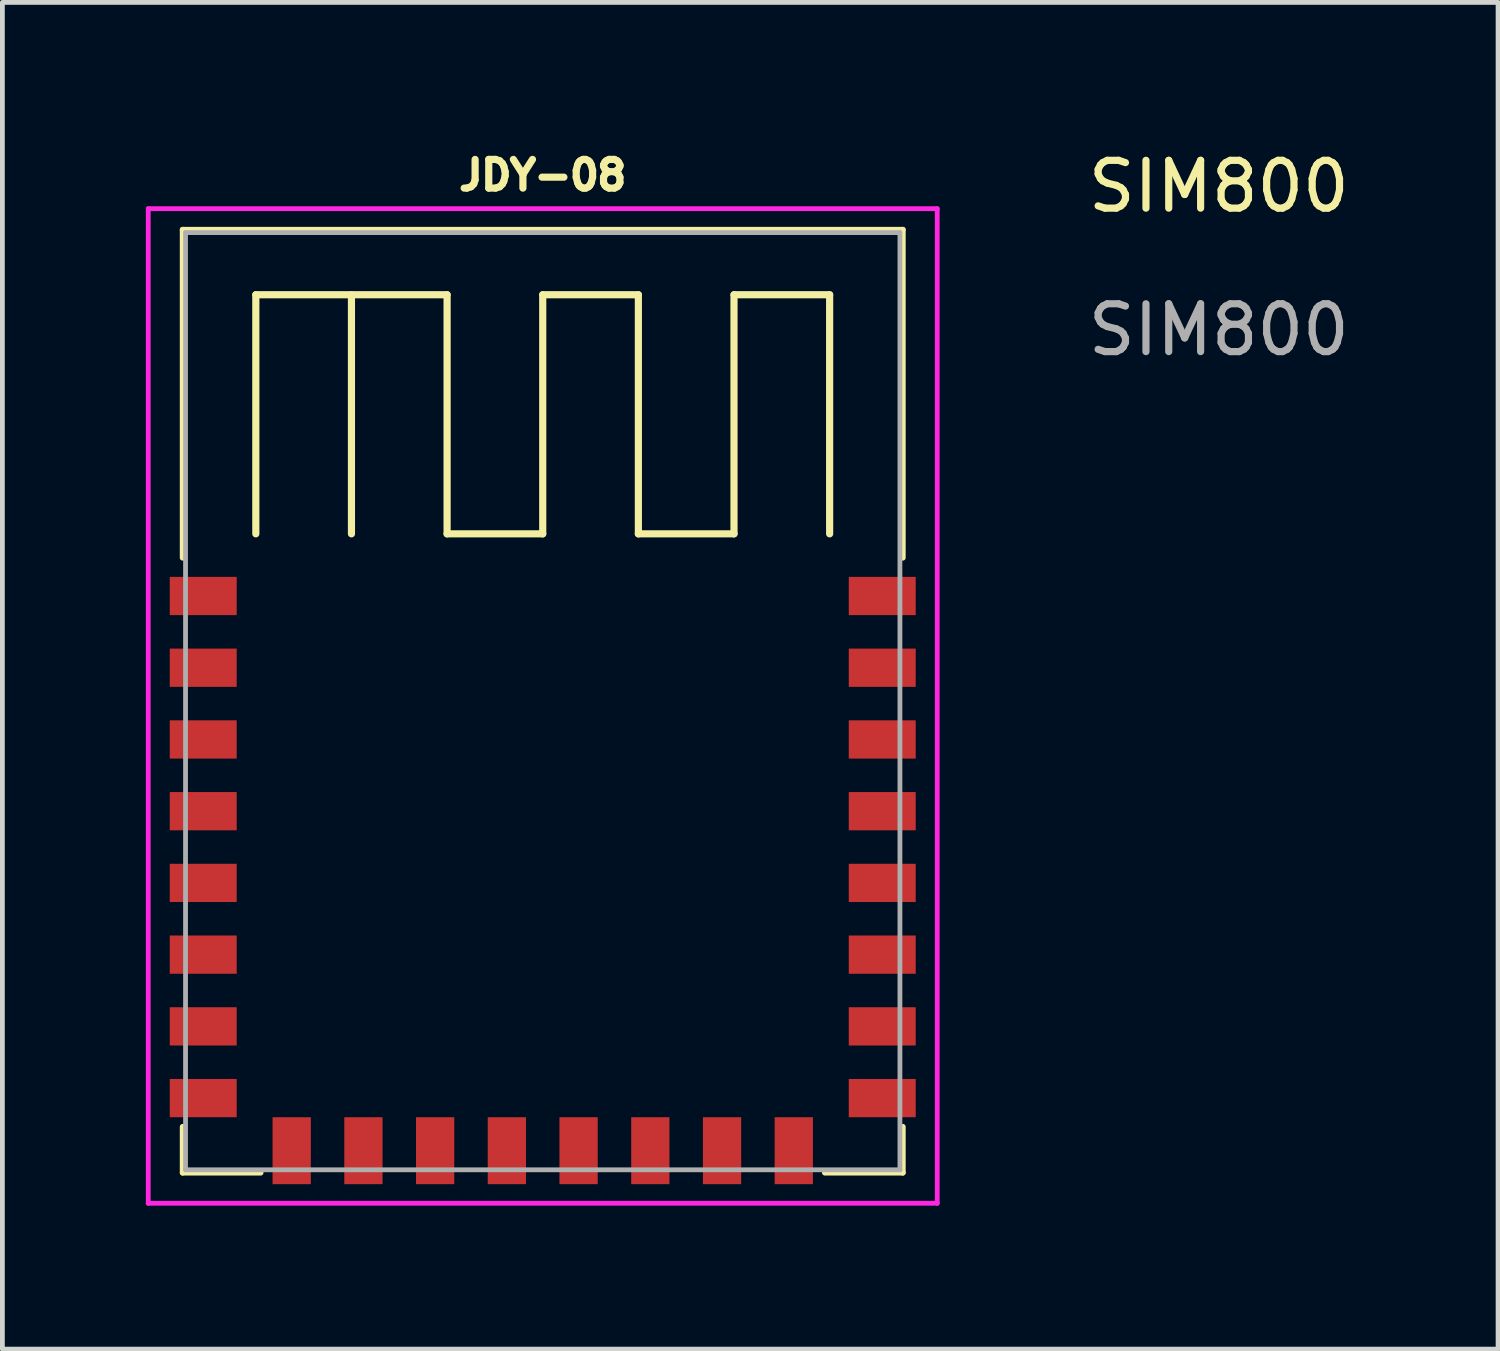
<source format=kicad_pcb>
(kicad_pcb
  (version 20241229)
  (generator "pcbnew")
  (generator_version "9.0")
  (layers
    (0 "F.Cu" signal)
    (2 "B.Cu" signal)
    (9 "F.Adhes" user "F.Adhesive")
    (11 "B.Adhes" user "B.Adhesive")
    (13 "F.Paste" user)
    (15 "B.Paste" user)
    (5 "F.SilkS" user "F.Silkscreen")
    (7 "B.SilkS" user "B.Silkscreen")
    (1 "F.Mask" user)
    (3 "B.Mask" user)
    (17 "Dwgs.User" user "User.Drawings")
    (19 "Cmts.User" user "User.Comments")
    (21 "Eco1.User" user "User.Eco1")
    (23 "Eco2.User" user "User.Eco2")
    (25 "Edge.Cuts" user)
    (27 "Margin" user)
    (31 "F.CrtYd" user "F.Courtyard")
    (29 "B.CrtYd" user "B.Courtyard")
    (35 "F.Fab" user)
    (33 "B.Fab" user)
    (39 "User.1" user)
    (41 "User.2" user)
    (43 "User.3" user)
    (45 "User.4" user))
  (footprint "SIM800"
    (layer "F.Cu")
    (at 22.439 1.348)
    (property "Reference" "SIM800" (at 0 -0.5 0) (unlocked yes) (layer "F.SilkS") (effects (font (size 1 1) (thickness 0.15))))
    (attr smd)
    (fp_text user "${REFERENCE}" (at 0 2.5 0) (unlocked yes) (layer "F.Fab") (effects (font (size 1 1) (thickness 0.15)))))
  (footprint "JDY-08"
    (layer "F.Cu")
    (at 8.3 11.614)
    (property "Reference" "JDY-08" (at 0 -11 0) (layer "F.SilkS") (effects (font (size 0.6 0.6) (thickness 0.15))))
    (attr through_hole)
    (fp_line (start -7.53 -9.86) (end 7.53 -9.86) (stroke (width 0.12) (type solid)) (layer "F.SilkS"))
    (fp_line (start -7.53 -3) (end -7.53 -9.86) (stroke (width 0.12) (type solid)) (layer "F.SilkS"))
    (fp_line (start -7.53 8.9) (end -7.53 9.86) (stroke (width 0.12) (type solid)) (layer "F.SilkS"))
    (fp_line (start -7.53 9.86) (end -5.9 9.86) (stroke (width 0.12) (type solid)) (layer "F.SilkS"))
    (fp_line (start -6 -8.5) (end -6 -3.5) (stroke (width 0.15) (type solid)) (layer "F.SilkS"))
    (fp_line (start -4 -8.5) (end -4 -3.5) (stroke (width 0.15) (type solid)) (layer "F.SilkS"))
    (fp_line (start -2 -8.5) (end -6 -8.5) (stroke (width 0.15) (type solid)) (layer "F.SilkS"))
    (fp_line (start -2 -3.5) (end -2 -8.5) (stroke (width 0.15) (type solid)) (layer "F.SilkS"))
    (fp_line (start 0 -8.5) (end 0 -3.5) (stroke (width 0.15) (type solid)) (layer "F.SilkS"))
    (fp_line (start 0 -3.5) (end -2 -3.5) (stroke (width 0.15) (type solid)) (layer "F.SilkS"))
    (fp_line (start 2 -8.5) (end 0 -8.5) (stroke (width 0.15) (type solid)) (layer "F.SilkS"))
    (fp_line (start 2 -3.5) (end 2 -8.5) (stroke (width 0.15) (type solid)) (layer "F.SilkS"))
    (fp_line (start 4 -8.5) (end 4 -3.5) (stroke (width 0.15) (type solid)) (layer "F.SilkS"))
    (fp_line (start 4 -3.5) (end 2 -3.5) (stroke (width 0.15) (type solid)) (layer "F.SilkS"))
    (fp_line (start 5.9 9.86) (end 7.53 9.86) (stroke (width 0.12) (type solid)) (layer "F.SilkS"))
    (fp_line (start 6 -8.5) (end 4 -8.5) (stroke (width 0.15) (type solid)) (layer "F.SilkS"))
    (fp_line (start 6 -3.5) (end 6 -8.5) (stroke (width 0.15) (type solid)) (layer "F.SilkS"))
    (fp_line (start 7.53 -9.86) (end 7.53 -3) (stroke (width 0.12) (type solid)) (layer "F.SilkS"))
    (fp_line (start 7.53 9.86) (end 7.53 8.9) (stroke (width 0.12) (type solid)) (layer "F.SilkS"))
    (fp_line (start -8.25 -10.3) (end -8.25 10.5) (stroke (width 0.1) (type solid)) (layer "F.CrtYd"))
    (fp_line (start -8.25 10.5) (end 8.25 10.5) (stroke (width 0.1) (type solid)) (layer "F.CrtYd"))
    (fp_line (start 8.25 -10.3) (end -8.25 -10.3) (stroke (width 0.1) (type solid)) (layer "F.CrtYd"))
    (fp_line (start 8.25 10.5) (end 8.25 -10.3) (stroke (width 0.1) (type solid)) (layer "F.CrtYd"))
    (fp_line (start -7.47 -9.8) (end -7.47 9.8) (stroke (width 0.1) (type solid)) (layer "F.Fab"))
    (fp_line (start -7.47 -9.8) (end 7.47 -9.8) (stroke (width 0.1) (type solid)) (layer "F.Fab"))
    (fp_line (start -7.47 9.8) (end 7.47 9.8) (stroke (width 0.1) (type solid)) (layer "F.Fab"))
    (fp_line (start 7.47 -9.8) (end 7.47 9.8) (stroke (width 0.1) (type solid)) (layer "F.Fab"))
    (pad "1" smd rect (at -7.1 -2.2 180) (size 1.4 0.8) (layers "F.Cu" "F.Mask" "F.Paste"))
    (pad "2" smd rect (at -7.1 -0.7 180) (size 1.4 0.8) (layers "F.Cu" "F.Mask" "F.Paste"))
    (pad "3" smd rect (at -7.1 0.8 180) (size 1.4 0.8) (layers "F.Cu" "F.Mask" "F.Paste"))
    (pad "4" smd rect (at -7.1 2.3 180) (size 1.4 0.8) (layers "F.Cu" "F.Mask" "F.Paste"))
    (pad "5" smd rect (at -7.1 3.8 180) (size 1.4 0.8) (layers "F.Cu" "F.Mask" "F.Paste"))
    (pad "6" smd rect (at -7.1 5.3 180) (size 1.4 0.8) (layers "F.Cu" "F.Mask" "F.Paste"))
    (pad "7" smd rect (at -7.1 6.8 180) (size 1.4 0.8) (layers "F.Cu" "F.Mask" "F.Paste"))
    (pad "8" smd rect (at -7.1 8.3 180) (size 1.4 0.8) (layers "F.Cu" "F.Mask" "F.Paste"))
    (pad "9" smd rect (at -5.25 9.4 180) (size 0.8 1.4) (layers "F.Cu" "F.Mask" "F.Paste"))
    (pad "10" smd rect (at -3.75 9.4 180) (size 0.8 1.4) (layers "F.Cu" "F.Mask" "F.Paste"))
    (pad "11" smd rect (at -2.25 9.4 180) (size 0.8 1.4) (layers "F.Cu" "F.Mask" "F.Paste"))
    (pad "12" smd rect (at -0.75 9.4 180) (size 0.8 1.4) (layers "F.Cu" "F.Mask" "F.Paste"))
    (pad "13" smd rect (at 0.75 9.4 180) (size 0.8 1.4) (layers "F.Cu" "F.Mask" "F.Paste"))
    (pad "14" smd rect (at 2.25 9.4 180) (size 0.8 1.4) (layers "F.Cu" "F.Mask" "F.Paste"))
    (pad "15" smd rect (at 3.75 9.4 180) (size 0.8 1.4) (layers "F.Cu" "F.Mask" "F.Paste"))
    (pad "16" smd rect (at 5.25 9.4 180) (size 0.8 1.4) (layers "F.Cu" "F.Mask" "F.Paste"))
    (pad "17" smd rect (at 7.1 8.3 180) (size 1.4 0.8) (layers "F.Cu" "F.Mask" "F.Paste"))
    (pad "18" smd rect (at 7.1 6.8 180) (size 1.4 0.8) (layers "F.Cu" "F.Mask" "F.Paste"))
    (pad "19" smd rect (at 7.1 5.3 180) (size 1.4 0.8) (layers "F.Cu" "F.Mask" "F.Paste"))
    (pad "20" smd rect (at 7.1 3.8 180) (size 1.4 0.8) (layers "F.Cu" "F.Mask" "F.Paste"))
    (pad "21" smd rect (at 7.1 2.3 180) (size 1.4 0.8) (layers "F.Cu" "F.Mask" "F.Paste"))
    (pad "22" smd rect (at 7.1 0.8 180) (size 1.4 0.8) (layers "F.Cu" "F.Mask" "F.Paste"))
    (pad "23" smd rect (at 7.1 -0.7 180) (size 1.4 0.8) (layers "F.Cu" "F.Mask" "F.Paste"))
    (pad "24" smd rect (at 7.1 -2.2 180) (size 1.4 0.8) (layers "F.Cu" "F.Mask" "F.Paste")))
  (gr_rect
    (start -3 -3)
    (end 28.279 25.164)
    (stroke (width 0.1) (type default))
    (fill no)
    (layer "Edge.Cuts")))
</source>
